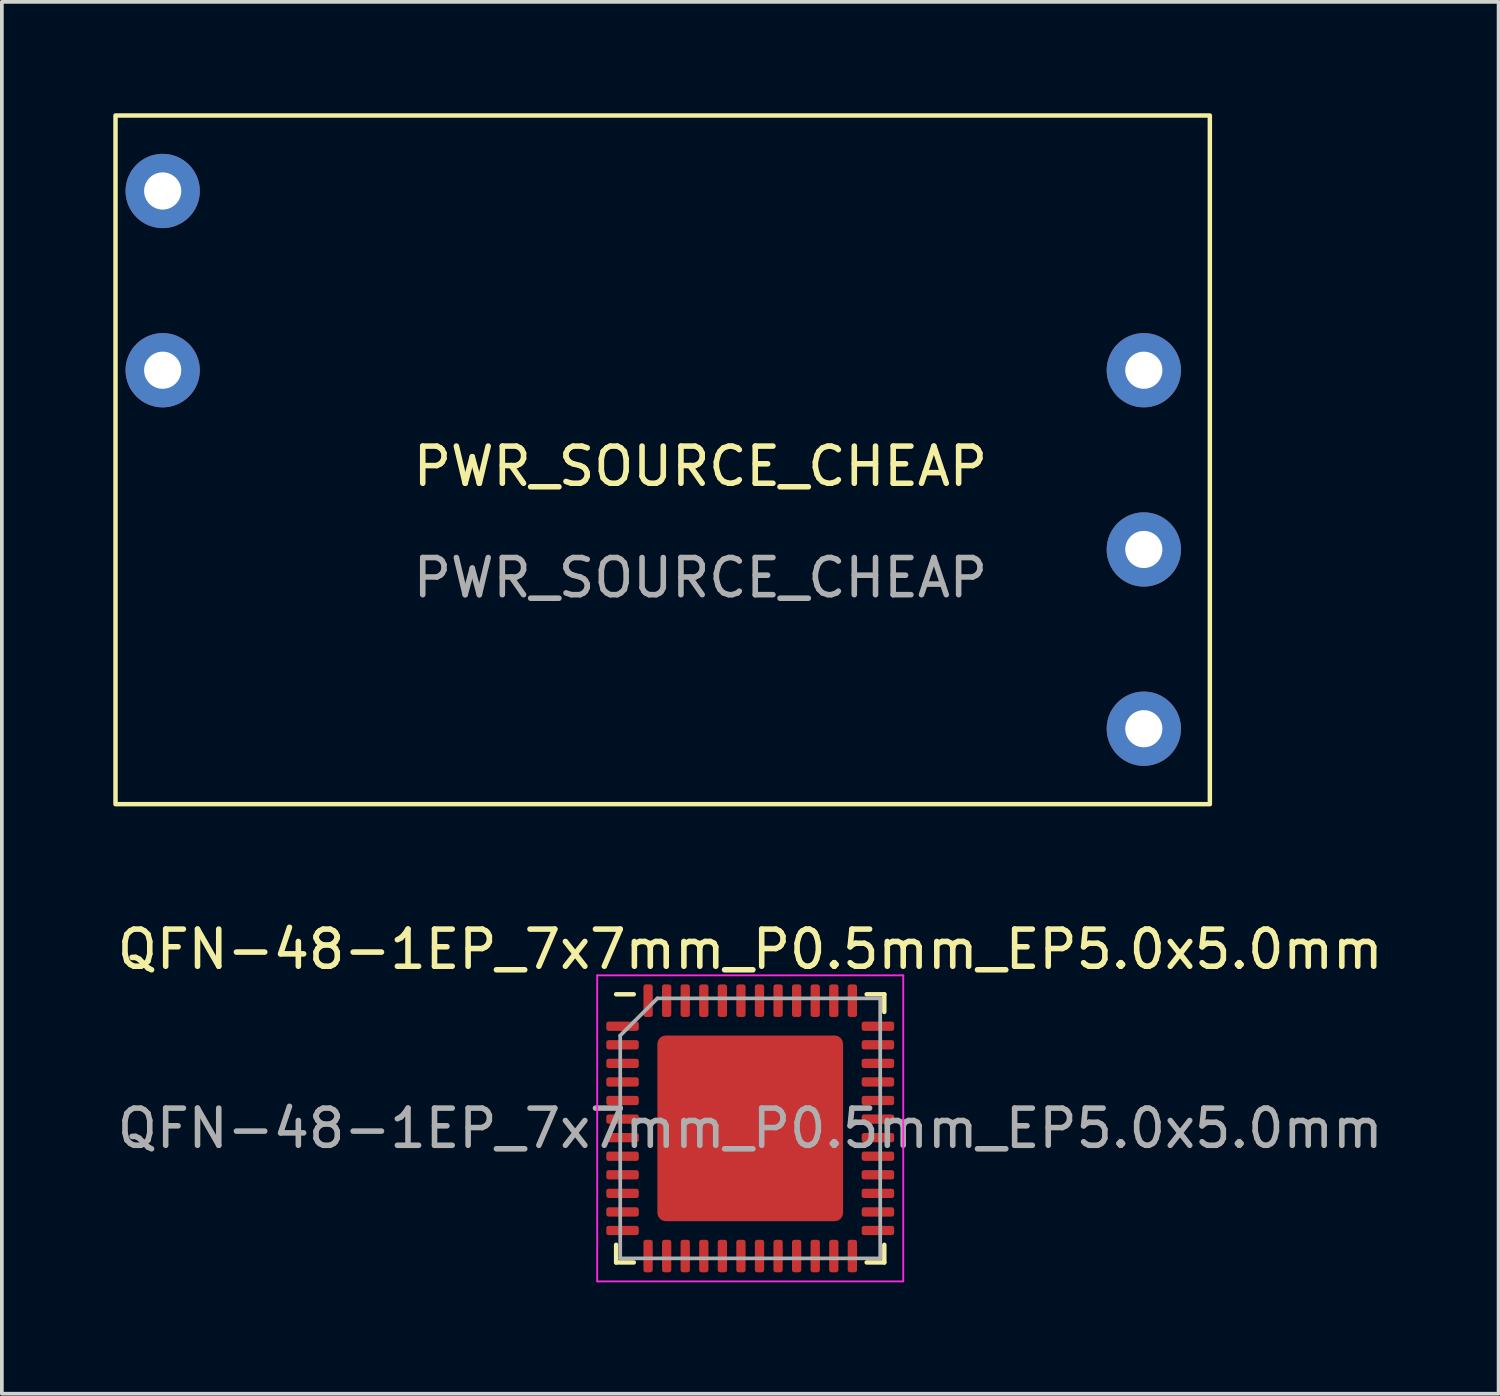
<source format=kicad_pcb>
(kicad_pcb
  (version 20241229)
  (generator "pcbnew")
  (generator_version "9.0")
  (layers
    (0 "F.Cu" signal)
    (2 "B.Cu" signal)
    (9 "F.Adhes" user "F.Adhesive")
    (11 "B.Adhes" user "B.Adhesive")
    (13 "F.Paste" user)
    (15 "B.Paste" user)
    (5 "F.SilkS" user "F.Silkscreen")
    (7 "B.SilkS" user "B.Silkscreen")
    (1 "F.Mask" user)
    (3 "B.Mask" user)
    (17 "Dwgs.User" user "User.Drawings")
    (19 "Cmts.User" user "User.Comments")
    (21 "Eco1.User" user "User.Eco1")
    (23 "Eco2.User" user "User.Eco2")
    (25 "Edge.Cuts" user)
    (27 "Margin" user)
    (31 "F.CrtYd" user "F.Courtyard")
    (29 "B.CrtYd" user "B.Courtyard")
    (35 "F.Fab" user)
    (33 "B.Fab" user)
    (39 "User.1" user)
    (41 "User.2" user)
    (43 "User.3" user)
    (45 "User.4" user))
  (footprint "QFN-48-1EP_7x7mm_P0.5mm_EP5.0x5.0mm"
    (layer "F.Cu")
    (at 17.149 27.33)
    (property "Reference" "QFN-48-1EP_7x7mm_P0.5mm_EP5.0x5.0mm" (at 0 -4.82 0) (layer "F.SilkS") (effects (font (size 1 1) (thickness 0.15))))
    (attr smd)
    (fp_line (start -3.61 3.61) (end -3.61 3.135) (stroke (width 0.12) (type solid)) (layer "F.SilkS"))
    (fp_line (start -3.135 -3.61) (end -3.61 -3.61) (stroke (width 0.12) (type solid)) (layer "F.SilkS"))
    (fp_line (start -3.135 3.61) (end -3.61 3.61) (stroke (width 0.12) (type solid)) (layer "F.SilkS"))
    (fp_line (start 3.135 -3.61) (end 3.61 -3.61) (stroke (width 0.12) (type solid)) (layer "F.SilkS"))
    (fp_line (start 3.135 3.61) (end 3.61 3.61) (stroke (width 0.12) (type solid)) (layer "F.SilkS"))
    (fp_line (start 3.61 -3.61) (end 3.61 -3.135) (stroke (width 0.12) (type solid)) (layer "F.SilkS"))
    (fp_line (start 3.61 3.61) (end 3.61 3.135) (stroke (width 0.12) (type solid)) (layer "F.SilkS"))
    (fp_line (start -4.12 -4.12) (end -4.12 4.12) (stroke (width 0.05) (type solid)) (layer "F.CrtYd"))
    (fp_line (start -4.12 4.12) (end 4.12 4.12) (stroke (width 0.05) (type solid)) (layer "F.CrtYd"))
    (fp_line (start 4.12 -4.12) (end -4.12 -4.12) (stroke (width 0.05) (type solid)) (layer "F.CrtYd"))
    (fp_line (start 4.12 4.12) (end 4.12 -4.12) (stroke (width 0.05) (type solid)) (layer "F.CrtYd"))
    (fp_line (start -3.5 -2.5) (end -2.5 -3.5) (stroke (width 0.1) (type solid)) (layer "F.Fab"))
    (fp_line (start -3.5 3.5) (end -3.5 -2.5) (stroke (width 0.1) (type solid)) (layer "F.Fab"))
    (fp_line (start -2.5 -3.5) (end 3.5 -3.5) (stroke (width 0.1) (type solid)) (layer "F.Fab"))
    (fp_line (start 3.5 -3.5) (end 3.5 3.5) (stroke (width 0.1) (type solid)) (layer "F.Fab"))
    (fp_line (start 3.5 3.5) (end -3.5 3.5) (stroke (width 0.1) (type solid)) (layer "F.Fab"))
    (fp_text user "${REFERENCE}" (at 0 0 0) (layer "F.Fab") (effects (font (size 1 1) (thickness 0.15))))
    (pad "" smd roundrect (at -0.7 -0.7) (size 1.13 1.13) (layers "F.Paste") (roundrect_rratio 0.221))
    (pad "" smd roundrect (at -0.7 0.7) (size 1.13 1.13) (layers "F.Paste") (roundrect_rratio 0.221))
    (pad "" smd roundrect (at 0.7 -0.7) (size 1.13 1.13) (layers "F.Paste") (roundrect_rratio 0.221))
    (pad "" smd roundrect (at 0.7 0.7) (size 1.13 1.13) (layers "F.Paste") (roundrect_rratio 0.221))
    (pad "1" smd roundrect (at -3.438 -2.75) (size 0.875 0.25) (layers "F.Cu" "F.Mask" "F.Paste") (roundrect_rratio 0.25))
    (pad "2" smd roundrect (at -3.438 -2.25) (size 0.875 0.25) (layers "F.Cu" "F.Mask" "F.Paste") (roundrect_rratio 0.25))
    (pad "3" smd roundrect (at -3.438 -1.75) (size 0.875 0.25) (layers "F.Cu" "F.Mask" "F.Paste") (roundrect_rratio 0.25))
    (pad "4" smd roundrect (at -3.438 -1.25) (size 0.875 0.25) (layers "F.Cu" "F.Mask" "F.Paste") (roundrect_rratio 0.25))
    (pad "5" smd roundrect (at -3.438 -0.75) (size 0.875 0.25) (layers "F.Cu" "F.Mask" "F.Paste") (roundrect_rratio 0.25))
    (pad "6" smd roundrect (at -3.438 -0.25) (size 0.875 0.25) (layers "F.Cu" "F.Mask" "F.Paste") (roundrect_rratio 0.25))
    (pad "7" smd roundrect (at -3.438 0.25) (size 0.875 0.25) (layers "F.Cu" "F.Mask" "F.Paste") (roundrect_rratio 0.25))
    (pad "8" smd roundrect (at -3.438 0.75) (size 0.875 0.25) (layers "F.Cu" "F.Mask" "F.Paste") (roundrect_rratio 0.25))
    (pad "9" smd roundrect (at -3.438 1.25) (size 0.875 0.25) (layers "F.Cu" "F.Mask" "F.Paste") (roundrect_rratio 0.25))
    (pad "10" smd roundrect (at -3.438 1.75) (size 0.875 0.25) (layers "F.Cu" "F.Mask" "F.Paste") (roundrect_rratio 0.25))
    (pad "11" smd roundrect (at -3.438 2.25) (size 0.875 0.25) (layers "F.Cu" "F.Mask" "F.Paste") (roundrect_rratio 0.25))
    (pad "12" smd roundrect (at -3.438 2.75) (size 0.875 0.25) (layers "F.Cu" "F.Mask" "F.Paste") (roundrect_rratio 0.25))
    (pad "13" smd roundrect (at -2.75 3.438) (size 0.25 0.875) (layers "F.Cu" "F.Mask" "F.Paste") (roundrect_rratio 0.25))
    (pad "14" smd roundrect (at -2.25 3.438) (size 0.25 0.875) (layers "F.Cu" "F.Mask" "F.Paste") (roundrect_rratio 0.25))
    (pad "15" smd roundrect (at -1.75 3.438) (size 0.25 0.875) (layers "F.Cu" "F.Mask" "F.Paste") (roundrect_rratio 0.25))
    (pad "16" smd roundrect (at -1.25 3.438) (size 0.25 0.875) (layers "F.Cu" "F.Mask" "F.Paste") (roundrect_rratio 0.25))
    (pad "17" smd roundrect (at -0.75 3.438) (size 0.25 0.875) (layers "F.Cu" "F.Mask" "F.Paste") (roundrect_rratio 0.25))
    (pad "18" smd roundrect (at -0.25 3.438) (size 0.25 0.875) (layers "F.Cu" "F.Mask" "F.Paste") (roundrect_rratio 0.25))
    (pad "19" smd roundrect (at 0.25 3.438) (size 0.25 0.875) (layers "F.Cu" "F.Mask" "F.Paste") (roundrect_rratio 0.25))
    (pad "20" smd roundrect (at 0.75 3.438) (size 0.25 0.875) (layers "F.Cu" "F.Mask" "F.Paste") (roundrect_rratio 0.25))
    (pad "21" smd roundrect (at 1.25 3.438) (size 0.25 0.875) (layers "F.Cu" "F.Mask" "F.Paste") (roundrect_rratio 0.25))
    (pad "22" smd roundrect (at 1.75 3.438) (size 0.25 0.875) (layers "F.Cu" "F.Mask" "F.Paste") (roundrect_rratio 0.25))
    (pad "23" smd roundrect (at 2.25 3.438) (size 0.25 0.875) (layers "F.Cu" "F.Mask" "F.Paste") (roundrect_rratio 0.25))
    (pad "24" smd roundrect (at 2.75 3.438) (size 0.25 0.875) (layers "F.Cu" "F.Mask" "F.Paste") (roundrect_rratio 0.25))
    (pad "25" smd roundrect (at 3.438 2.75) (size 0.875 0.25) (layers "F.Cu" "F.Mask" "F.Paste") (roundrect_rratio 0.25))
    (pad "26" smd roundrect (at 3.438 2.25) (size 0.875 0.25) (layers "F.Cu" "F.Mask" "F.Paste") (roundrect_rratio 0.25))
    (pad "27" smd roundrect (at 3.438 1.75) (size 0.875 0.25) (layers "F.Cu" "F.Mask" "F.Paste") (roundrect_rratio 0.25))
    (pad "28" smd roundrect (at 3.438 1.25) (size 0.875 0.25) (layers "F.Cu" "F.Mask" "F.Paste") (roundrect_rratio 0.25))
    (pad "29" smd roundrect (at 3.438 0.75) (size 0.875 0.25) (layers "F.Cu" "F.Mask" "F.Paste") (roundrect_rratio 0.25))
    (pad "30" smd roundrect (at 3.438 0.25) (size 0.875 0.25) (layers "F.Cu" "F.Mask" "F.Paste") (roundrect_rratio 0.25))
    (pad "31" smd roundrect (at 3.438 -0.25) (size 0.875 0.25) (layers "F.Cu" "F.Mask" "F.Paste") (roundrect_rratio 0.25))
    (pad "32" smd roundrect (at 3.438 -0.75) (size 0.875 0.25) (layers "F.Cu" "F.Mask" "F.Paste") (roundrect_rratio 0.25))
    (pad "33" smd roundrect (at 3.438 -1.25) (size 0.875 0.25) (layers "F.Cu" "F.Mask" "F.Paste") (roundrect_rratio 0.25))
    (pad "34" smd roundrect (at 3.438 -1.75) (size 0.875 0.25) (layers "F.Cu" "F.Mask" "F.Paste") (roundrect_rratio 0.25))
    (pad "35" smd roundrect (at 3.438 -2.25) (size 0.875 0.25) (layers "F.Cu" "F.Mask" "F.Paste") (roundrect_rratio 0.25))
    (pad "36" smd roundrect (at 3.438 -2.75) (size 0.875 0.25) (layers "F.Cu" "F.Mask" "F.Paste") (roundrect_rratio 0.25))
    (pad "37" smd roundrect (at 2.75 -3.438) (size 0.25 0.875) (layers "F.Cu" "F.Mask" "F.Paste") (roundrect_rratio 0.25))
    (pad "38" smd roundrect (at 2.25 -3.438) (size 0.25 0.875) (layers "F.Cu" "F.Mask" "F.Paste") (roundrect_rratio 0.25))
    (pad "39" smd roundrect (at 1.75 -3.438) (size 0.25 0.875) (layers "F.Cu" "F.Mask" "F.Paste") (roundrect_rratio 0.25))
    (pad "40" smd roundrect (at 1.25 -3.438) (size 0.25 0.875) (layers "F.Cu" "F.Mask" "F.Paste") (roundrect_rratio 0.25))
    (pad "41" smd roundrect (at 0.75 -3.438) (size 0.25 0.875) (layers "F.Cu" "F.Mask" "F.Paste") (roundrect_rratio 0.25))
    (pad "42" smd roundrect (at 0.25 -3.438) (size 0.25 0.875) (layers "F.Cu" "F.Mask" "F.Paste") (roundrect_rratio 0.25))
    (pad "43" smd roundrect (at -0.25 -3.438) (size 0.25 0.875) (layers "F.Cu" "F.Mask" "F.Paste") (roundrect_rratio 0.25))
    (pad "44" smd roundrect (at -0.75 -3.438) (size 0.25 0.875) (layers "F.Cu" "F.Mask" "F.Paste") (roundrect_rratio 0.25))
    (pad "45" smd roundrect (at -1.25 -3.438) (size 0.25 0.875) (layers "F.Cu" "F.Mask" "F.Paste") (roundrect_rratio 0.25))
    (pad "46" smd roundrect (at -1.75 -3.438) (size 0.25 0.875) (layers "F.Cu" "F.Mask" "F.Paste") (roundrect_rratio 0.25))
    (pad "47" smd roundrect (at -2.25 -3.438) (size 0.25 0.875) (layers "F.Cu" "F.Mask" "F.Paste") (roundrect_rratio 0.25))
    (pad "48" smd roundrect (at -2.75 -3.438) (size 0.25 0.875) (layers "F.Cu" "F.Mask" "F.Paste") (roundrect_rratio 0.25))
    (pad "49" smd roundrect (at 0 0) (size 5 5) (layers "F.Cu" "F.Mask") (roundrect_rratio 0.045)))
  (footprint "PWR_SOURCE_CHEAP"
    (layer "F.Cu")
    (at 14.792 8.95)
    (property "Reference" "PWR_SOURCE_CHEAP" (at 1.016 0.556 0) (unlocked yes) (layer "F.SilkS") (effects (font (size 1 1) (thickness 0.15))))
    (attr through_hole)
    (fp_rect (start -14.732 -8.89) (end 14.732 9.652) (stroke (width 0.12) (type solid)) (fill no) (layer "F.SilkS"))
    (fp_text user "${REFERENCE}" (at 1.016 3.556 0) (unlocked yes) (layer "F.Fab") (effects (font (size 1 1) (thickness 0.15))))
    (pad "1" thru_hole circle (at -13.462 -2.032) (size 2 2) (drill 1) (layers "*.Cu" "*.Mask"))
    (pad "2" thru_hole circle (at -13.462 -6.858) (size 2 2) (drill 1) (layers "*.Cu" "*.Mask"))
    (pad "3" thru_hole circle (at 12.954 -2.032) (size 2 2) (drill 1) (layers "*.Cu" "*.Mask"))
    (pad "4" thru_hole circle (at 12.954 2.794) (size 2 2) (drill 1) (layers "*.Cu" "*.Mask"))
    (pad "5" thru_hole circle (at 12.954 7.62) (size 2 2) (drill 1) (layers "*.Cu" "*.Mask")))
  (gr_rect
    (start -3 -3)
    (end 37.298 34.475)
    (stroke (width 0.1) (type default))
    (fill no)
    (layer "Edge.Cuts")))
</source>
